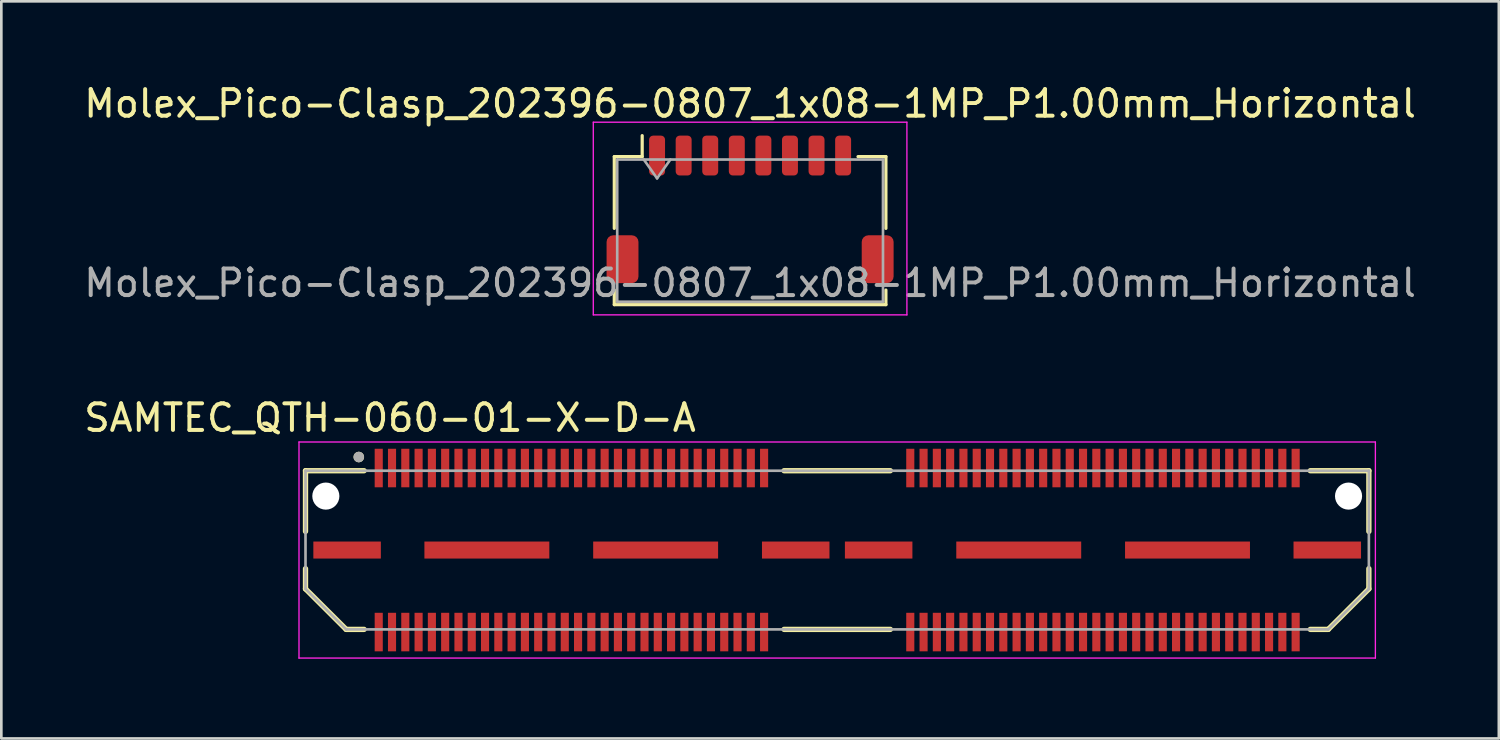
<source format=kicad_pcb>
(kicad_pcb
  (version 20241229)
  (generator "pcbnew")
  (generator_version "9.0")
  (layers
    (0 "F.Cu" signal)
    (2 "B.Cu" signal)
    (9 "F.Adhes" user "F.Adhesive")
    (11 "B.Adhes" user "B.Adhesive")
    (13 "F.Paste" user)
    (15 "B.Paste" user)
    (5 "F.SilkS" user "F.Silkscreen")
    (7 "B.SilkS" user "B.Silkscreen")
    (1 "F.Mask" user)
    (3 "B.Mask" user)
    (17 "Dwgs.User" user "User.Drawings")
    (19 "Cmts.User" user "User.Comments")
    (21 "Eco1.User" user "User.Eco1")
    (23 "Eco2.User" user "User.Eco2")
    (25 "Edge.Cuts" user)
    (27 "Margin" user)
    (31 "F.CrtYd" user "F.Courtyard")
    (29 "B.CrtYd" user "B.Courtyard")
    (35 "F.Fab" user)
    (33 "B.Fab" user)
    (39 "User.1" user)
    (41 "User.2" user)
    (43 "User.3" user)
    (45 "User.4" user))
  (footprint "SAMTEC_QTH-060-01-X-D-A"
    (layer "F.Cu")
    (at 28.45 17.646)
    (property "Reference" "SAMTEC_QTH-060-01-X-D-A" (at -16.825 -4.975 0) (layer "F.SilkS") (effects (font (size 1 1) (thickness 0.15))))
    (attr smd allow_soldermask_bridges)
    (fp_line (start -20.005 -2.985) (end -17.8 -2.985) (stroke (width 0.2) (type solid)) (layer "F.SilkS"))
    (fp_line (start -20.005 -0.7) (end -20.005 -2.985) (stroke (width 0.2) (type solid)) (layer "F.SilkS"))
    (fp_line (start -20.005 1.461) (end -20.005 0.7) (stroke (width 0.2) (type solid)) (layer "F.SilkS"))
    (fp_line (start -18.476 2.985) (end -20.005 1.461) (stroke (width 0.2) (type solid)) (layer "F.SilkS"))
    (fp_line (start -18.476 2.985) (end -17.8 2.985) (stroke (width 0.2) (type solid)) (layer "F.SilkS"))
    (fp_line (start -2 -2.985) (end 2 -2.985) (stroke (width 0.2) (type solid)) (layer "F.SilkS"))
    (fp_line (start -2 2.985) (end 2 2.985) (stroke (width 0.2) (type solid)) (layer "F.SilkS"))
    (fp_line (start 18.476 2.985) (end 17.8 2.985) (stroke (width 0.2) (type solid)) (layer "F.SilkS"))
    (fp_line (start 20.005 -2.985) (end 17.8 -2.985) (stroke (width 0.2) (type solid)) (layer "F.SilkS"))
    (fp_line (start 20.005 -0.7) (end 20.005 -2.985) (stroke (width 0.2) (type solid)) (layer "F.SilkS"))
    (fp_line (start 20.005 1.461) (end 18.476 2.985) (stroke (width 0.2) (type solid)) (layer "F.SilkS"))
    (fp_line (start 20.005 1.461) (end 20.005 0.7) (stroke (width 0.2) (type solid)) (layer "F.SilkS"))
    (fp_circle (center -18 -3.5) (end -17.9 -3.5) (stroke (width 0.2) (type solid)) (fill no) (layer "F.SilkS"))
    (fp_line (start -20.25 -4.065) (end 20.25 -4.065) (stroke (width 0.05) (type solid)) (layer "F.CrtYd"))
    (fp_line (start -20.25 4.065) (end -20.25 -4.065) (stroke (width 0.05) (type solid)) (layer "F.CrtYd"))
    (fp_line (start 20.25 -4.065) (end 20.25 4.065) (stroke (width 0.05) (type solid)) (layer "F.CrtYd"))
    (fp_line (start 20.25 4.065) (end -20.25 4.065) (stroke (width 0.05) (type solid)) (layer "F.CrtYd"))
    (fp_line (start -20.005 -2.985) (end 20.005 -2.985) (stroke (width 0.1) (type solid)) (layer "F.Fab"))
    (fp_line (start -20.005 1.461) (end -20.005 -2.985) (stroke (width 0.1) (type solid)) (layer "F.Fab"))
    (fp_line (start -18.476 2.985) (end -20.005 1.461) (stroke (width 0.1) (type solid)) (layer "F.Fab"))
    (fp_line (start 18.476 2.985) (end -18.476 2.985) (stroke (width 0.1) (type solid)) (layer "F.Fab"))
    (fp_line (start 20.005 -2.985) (end 20.005 1.461) (stroke (width 0.1) (type solid)) (layer "F.Fab"))
    (fp_line (start 20.005 1.461) (end 18.476 2.985) (stroke (width 0.1) (type solid)) (layer "F.Fab"))
    (fp_circle (center -18 -3.5) (end -17.9 -3.5) (stroke (width 0.2) (type solid)) (fill no) (layer "F.Fab"))
    (pad "" np_thru_hole circle (at -19.24 -2.03) (size 1.02 1.02) (drill 1.02) (layers "*.Cu" "*.Mask"))
    (pad "" np_thru_hole circle (at 19.24 -2.03) (size 1.02 1.02) (drill 1.02) (layers "*.Cu" "*.Mask"))
    (pad "01" smd rect (at -17.25 -3.086) (size 0.305 1.45) (layers "F.Cu" "F.Mask" "F.Paste"))
    (pad "02" smd rect (at -17.25 3.086) (size 0.305 1.45) (layers "F.Cu" "F.Mask" "F.Paste"))
    (pad "03" smd rect (at -16.75 -3.086) (size 0.305 1.45) (layers "F.Cu" "F.Mask" "F.Paste"))
    (pad "04" smd rect (at -16.75 3.086) (size 0.305 1.45) (layers "F.Cu" "F.Mask" "F.Paste"))
    (pad "05" smd rect (at -16.25 -3.086) (size 0.305 1.45) (layers "F.Cu" "F.Mask" "F.Paste"))
    (pad "06" smd rect (at -16.25 3.086) (size 0.305 1.45) (layers "F.Cu" "F.Mask" "F.Paste"))
    (pad "07" smd rect (at -15.75 -3.086) (size 0.305 1.45) (layers "F.Cu" "F.Mask" "F.Paste"))
    (pad "08" smd rect (at -15.75 3.086) (size 0.305 1.45) (layers "F.Cu" "F.Mask" "F.Paste"))
    (pad "09" smd rect (at -15.25 -3.086) (size 0.305 1.45) (layers "F.Cu" "F.Mask" "F.Paste"))
    (pad "10" smd rect (at -15.25 3.086) (size 0.305 1.45) (layers "F.Cu" "F.Mask" "F.Paste"))
    (pad "11" smd rect (at -14.75 -3.086) (size 0.305 1.45) (layers "F.Cu" "F.Mask" "F.Paste"))
    (pad "12" smd rect (at -14.75 3.086) (size 0.305 1.45) (layers "F.Cu" "F.Mask" "F.Paste"))
    (pad "13" smd rect (at -14.25 -3.086) (size 0.305 1.45) (layers "F.Cu" "F.Mask" "F.Paste"))
    (pad "14" smd rect (at -14.25 3.086) (size 0.305 1.45) (layers "F.Cu" "F.Mask" "F.Paste"))
    (pad "15" smd rect (at -13.75 -3.086) (size 0.305 1.45) (layers "F.Cu" "F.Mask" "F.Paste"))
    (pad "16" smd rect (at -13.75 3.086) (size 0.305 1.45) (layers "F.Cu" "F.Mask" "F.Paste"))
    (pad "17" smd rect (at -13.25 -3.086) (size 0.305 1.45) (layers "F.Cu" "F.Mask" "F.Paste"))
    (pad "18" smd rect (at -13.25 3.086) (size 0.305 1.45) (layers "F.Cu" "F.Mask" "F.Paste"))
    (pad "19" smd rect (at -12.75 -3.086) (size 0.305 1.45) (layers "F.Cu" "F.Mask" "F.Paste"))
    (pad "20" smd rect (at -12.75 3.086) (size 0.305 1.45) (layers "F.Cu" "F.Mask" "F.Paste"))
    (pad "21" smd rect (at -12.25 -3.086) (size 0.305 1.45) (layers "F.Cu" "F.Mask" "F.Paste"))
    (pad "22" smd rect (at -12.25 3.086) (size 0.305 1.45) (layers "F.Cu" "F.Mask" "F.Paste"))
    (pad "23" smd rect (at -11.75 -3.086) (size 0.305 1.45) (layers "F.Cu" "F.Mask" "F.Paste"))
    (pad "24" smd rect (at -11.75 3.086) (size 0.305 1.45) (layers "F.Cu" "F.Mask" "F.Paste"))
    (pad "25" smd rect (at -11.25 -3.086) (size 0.305 1.45) (layers "F.Cu" "F.Mask" "F.Paste"))
    (pad "26" smd rect (at -11.25 3.086) (size 0.305 1.45) (layers "F.Cu" "F.Mask" "F.Paste"))
    (pad "27" smd rect (at -10.75 -3.086) (size 0.305 1.45) (layers "F.Cu" "F.Mask" "F.Paste"))
    (pad "28" smd rect (at -10.75 3.086) (size 0.305 1.45) (layers "F.Cu" "F.Mask" "F.Paste"))
    (pad "29" smd rect (at -10.25 -3.086) (size 0.305 1.45) (layers "F.Cu" "F.Mask" "F.Paste"))
    (pad "30" smd rect (at -10.25 3.086) (size 0.305 1.45) (layers "F.Cu" "F.Mask" "F.Paste"))
    (pad "31" smd rect (at -9.75 -3.086) (size 0.305 1.45) (layers "F.Cu" "F.Mask" "F.Paste"))
    (pad "32" smd rect (at -9.75 3.086) (size 0.305 1.45) (layers "F.Cu" "F.Mask" "F.Paste"))
    (pad "33" smd rect (at -9.25 -3.086) (size 0.305 1.45) (layers "F.Cu" "F.Mask" "F.Paste"))
    (pad "34" smd rect (at -9.25 3.086) (size 0.305 1.45) (layers "F.Cu" "F.Mask" "F.Paste"))
    (pad "35" smd rect (at -8.75 -3.086) (size 0.305 1.45) (layers "F.Cu" "F.Mask" "F.Paste"))
    (pad "36" smd rect (at -8.75 3.086) (size 0.305 1.45) (layers "F.Cu" "F.Mask" "F.Paste"))
    (pad "37" smd rect (at -8.25 -3.086) (size 0.305 1.45) (layers "F.Cu" "F.Mask" "F.Paste"))
    (pad "38" smd rect (at -8.25 3.086) (size 0.305 1.45) (layers "F.Cu" "F.Mask" "F.Paste"))
    (pad "39" smd rect (at -7.75 -3.086) (size 0.305 1.45) (layers "F.Cu" "F.Mask" "F.Paste"))
    (pad "40" smd rect (at -7.75 3.086) (size 0.305 1.45) (layers "F.Cu" "F.Mask" "F.Paste"))
    (pad "41" smd rect (at -7.25 -3.086) (size 0.305 1.45) (layers "F.Cu" "F.Mask" "F.Paste"))
    (pad "42" smd rect (at -7.25 3.086) (size 0.305 1.45) (layers "F.Cu" "F.Mask" "F.Paste"))
    (pad "43" smd rect (at -6.75 -3.086) (size 0.305 1.45) (layers "F.Cu" "F.Mask" "F.Paste"))
    (pad "44" smd rect (at -6.75 3.086) (size 0.305 1.45) (layers "F.Cu" "F.Mask" "F.Paste"))
    (pad "45" smd rect (at -6.25 -3.086) (size 0.305 1.45) (layers "F.Cu" "F.Mask" "F.Paste"))
    (pad "46" smd rect (at -6.25 3.086) (size 0.305 1.45) (layers "F.Cu" "F.Mask" "F.Paste"))
    (pad "47" smd rect (at -5.75 -3.086) (size 0.305 1.45) (layers "F.Cu" "F.Mask" "F.Paste"))
    (pad "48" smd rect (at -5.75 3.086) (size 0.305 1.45) (layers "F.Cu" "F.Mask" "F.Paste"))
    (pad "49" smd rect (at -5.25 -3.086) (size 0.305 1.45) (layers "F.Cu" "F.Mask" "F.Paste"))
    (pad "50" smd rect (at -5.25 3.086) (size 0.305 1.45) (layers "F.Cu" "F.Mask" "F.Paste"))
    (pad "51" smd rect (at -4.75 -3.086) (size 0.305 1.45) (layers "F.Cu" "F.Mask" "F.Paste"))
    (pad "52" smd rect (at -4.75 3.086) (size 0.305 1.45) (layers "F.Cu" "F.Mask" "F.Paste"))
    (pad "53" smd rect (at -4.25 -3.086) (size 0.305 1.45) (layers "F.Cu" "F.Mask" "F.Paste"))
    (pad "54" smd rect (at -4.25 3.086) (size 0.305 1.45) (layers "F.Cu" "F.Mask" "F.Paste"))
    (pad "55" smd rect (at -3.75 -3.086) (size 0.305 1.45) (layers "F.Cu" "F.Mask" "F.Paste"))
    (pad "56" smd rect (at -3.75 3.086) (size 0.305 1.45) (layers "F.Cu" "F.Mask" "F.Paste"))
    (pad "57" smd rect (at -3.25 -3.086) (size 0.305 1.45) (layers "F.Cu" "F.Mask" "F.Paste"))
    (pad "58" smd rect (at -3.25 3.086) (size 0.305 1.45) (layers "F.Cu" "F.Mask" "F.Paste"))
    (pad "59" smd rect (at -2.75 -3.086) (size 0.305 1.45) (layers "F.Cu" "F.Mask" "F.Paste"))
    (pad "60" smd rect (at -2.75 3.086) (size 0.305 1.45) (layers "F.Cu" "F.Mask" "F.Paste"))
    (pad "61" smd rect (at 2.75 -3.086) (size 0.305 1.45) (layers "F.Cu" "F.Mask" "F.Paste"))
    (pad "62" smd rect (at 2.75 3.086) (size 0.305 1.45) (layers "F.Cu" "F.Mask" "F.Paste"))
    (pad "63" smd rect (at 3.25 -3.086) (size 0.305 1.45) (layers "F.Cu" "F.Mask" "F.Paste"))
    (pad "64" smd rect (at 3.25 3.086) (size 0.305 1.45) (layers "F.Cu" "F.Mask" "F.Paste"))
    (pad "65" smd rect (at 3.75 -3.086) (size 0.305 1.45) (layers "F.Cu" "F.Mask" "F.Paste"))
    (pad "66" smd rect (at 3.75 3.086) (size 0.305 1.45) (layers "F.Cu" "F.Mask" "F.Paste"))
    (pad "67" smd rect (at 4.25 -3.086) (size 0.305 1.45) (layers "F.Cu" "F.Mask" "F.Paste"))
    (pad "68" smd rect (at 4.25 3.086) (size 0.305 1.45) (layers "F.Cu" "F.Mask" "F.Paste"))
    (pad "69" smd rect (at 4.75 -3.086) (size 0.305 1.45) (layers "F.Cu" "F.Mask" "F.Paste"))
    (pad "70" smd rect (at 4.75 3.086) (size 0.305 1.45) (layers "F.Cu" "F.Mask" "F.Paste"))
    (pad "71" smd rect (at 5.25 -3.086) (size 0.305 1.45) (layers "F.Cu" "F.Mask" "F.Paste"))
    (pad "72" smd rect (at 5.25 3.086) (size 0.305 1.45) (layers "F.Cu" "F.Mask" "F.Paste"))
    (pad "73" smd rect (at 5.75 -3.086) (size 0.305 1.45) (layers "F.Cu" "F.Mask" "F.Paste"))
    (pad "74" smd rect (at 5.75 3.086) (size 0.305 1.45) (layers "F.Cu" "F.Mask" "F.Paste"))
    (pad "75" smd rect (at 6.25 -3.086) (size 0.305 1.45) (layers "F.Cu" "F.Mask" "F.Paste"))
    (pad "76" smd rect (at 6.25 3.09) (size 0.305 1.45) (layers "F.Cu" "F.Mask" "F.Paste"))
    (pad "77" smd rect (at 6.75 -3.086) (size 0.305 1.45) (layers "F.Cu" "F.Mask" "F.Paste"))
    (pad "78" smd rect (at 6.75 3.086) (size 0.305 1.45) (layers "F.Cu" "F.Mask" "F.Paste"))
    (pad "79" smd rect (at 7.25 -3.086) (size 0.305 1.45) (layers "F.Cu" "F.Mask" "F.Paste"))
    (pad "80" smd rect (at 7.25 3.086) (size 0.305 1.45) (layers "F.Cu" "F.Mask" "F.Paste"))
    (pad "81" smd rect (at 7.75 -3.086) (size 0.305 1.45) (layers "F.Cu" "F.Mask" "F.Paste"))
    (pad "82" smd rect (at 7.75 3.086) (size 0.305 1.45) (layers "F.Cu" "F.Mask" "F.Paste"))
    (pad "83" smd rect (at 8.25 -3.086) (size 0.305 1.45) (layers "F.Cu" "F.Mask" "F.Paste"))
    (pad "84" smd rect (at 8.25 3.086) (size 0.305 1.45) (layers "F.Cu" "F.Mask" "F.Paste"))
    (pad "85" smd rect (at 8.75 -3.086) (size 0.305 1.45) (layers "F.Cu" "F.Mask" "F.Paste"))
    (pad "86" smd rect (at 8.75 3.086) (size 0.305 1.45) (layers "F.Cu" "F.Mask" "F.Paste"))
    (pad "87" smd rect (at 9.25 -3.086) (size 0.305 1.45) (layers "F.Cu" "F.Mask" "F.Paste"))
    (pad "88" smd rect (at 9.25 3.086) (size 0.305 1.45) (layers "F.Cu" "F.Mask" "F.Paste"))
    (pad "89" smd rect (at 9.75 -3.086) (size 0.305 1.45) (layers "F.Cu" "F.Mask" "F.Paste"))
    (pad "90" smd rect (at 9.75 3.086) (size 0.305 1.45) (layers "F.Cu" "F.Mask" "F.Paste"))
    (pad "91" smd rect (at 10.25 -3.086) (size 0.305 1.45) (layers "F.Cu" "F.Mask" "F.Paste"))
    (pad "92" smd rect (at 10.25 3.086) (size 0.305 1.45) (layers "F.Cu" "F.Mask" "F.Paste"))
    (pad "93" smd rect (at 10.75 -3.086) (size 0.305 1.45) (layers "F.Cu" "F.Mask" "F.Paste"))
    (pad "94" smd rect (at 10.75 3.086) (size 0.305 1.45) (layers "F.Cu" "F.Mask" "F.Paste"))
    (pad "95" smd rect (at 11.25 -3.086) (size 0.305 1.45) (layers "F.Cu" "F.Mask" "F.Paste"))
    (pad "96" smd rect (at 11.25 3.086) (size 0.305 1.45) (layers "F.Cu" "F.Mask" "F.Paste"))
    (pad "97" smd rect (at 11.75 -3.086) (size 0.305 1.45) (layers "F.Cu" "F.Mask" "F.Paste"))
    (pad "98" smd rect (at 11.75 3.086) (size 0.305 1.45) (layers "F.Cu" "F.Mask" "F.Paste"))
    (pad "99" smd rect (at 12.25 -3.086) (size 0.305 1.45) (layers "F.Cu" "F.Mask" "F.Paste"))
    (pad "100" smd rect (at 12.25 3.086) (size 0.305 1.45) (layers "F.Cu" "F.Mask" "F.Paste"))
    (pad "101" smd rect (at 12.75 -3.086) (size 0.305 1.45) (layers "F.Cu" "F.Mask" "F.Paste"))
    (pad "102" smd rect (at 12.75 3.086) (size 0.305 1.45) (layers "F.Cu" "F.Mask" "F.Paste"))
    (pad "103" smd rect (at 13.25 -3.086) (size 0.305 1.45) (layers "F.Cu" "F.Mask" "F.Paste"))
    (pad "104" smd rect (at 13.25 3.086) (size 0.305 1.45) (layers "F.Cu" "F.Mask" "F.Paste"))
    (pad "105" smd rect (at 13.75 -3.086) (size 0.305 1.45) (layers "F.Cu" "F.Mask" "F.Paste"))
    (pad "106" smd rect (at 13.75 3.086) (size 0.305 1.45) (layers "F.Cu" "F.Mask" "F.Paste"))
    (pad "107" smd rect (at 14.25 -3.086) (size 0.305 1.45) (layers "F.Cu" "F.Mask" "F.Paste"))
    (pad "108" smd rect (at 14.25 3.086) (size 0.305 1.45) (layers "F.Cu" "F.Mask" "F.Paste"))
    (pad "109" smd rect (at 14.75 -3.086) (size 0.305 1.45) (layers "F.Cu" "F.Mask" "F.Paste"))
    (pad "110" smd rect (at 14.75 3.086) (size 0.305 1.45) (layers "F.Cu" "F.Mask" "F.Paste"))
    (pad "111" smd rect (at 15.25 -3.086) (size 0.305 1.45) (layers "F.Cu" "F.Mask" "F.Paste"))
    (pad "112" smd rect (at 15.25 3.086) (size 0.305 1.45) (layers "F.Cu" "F.Mask" "F.Paste"))
    (pad "113" smd rect (at 15.75 -3.086) (size 0.305 1.45) (layers "F.Cu" "F.Mask" "F.Paste"))
    (pad "114" smd rect (at 15.75 3.086) (size 0.305 1.45) (layers "F.Cu" "F.Mask" "F.Paste"))
    (pad "115" smd rect (at 16.25 -3.086) (size 0.305 1.45) (layers "F.Cu" "F.Mask" "F.Paste"))
    (pad "116" smd rect (at 16.25 3.086) (size 0.305 1.45) (layers "F.Cu" "F.Mask" "F.Paste"))
    (pad "117" smd rect (at 16.75 -3.086) (size 0.305 1.45) (layers "F.Cu" "F.Mask" "F.Paste"))
    (pad "118" smd rect (at 16.75 3.086) (size 0.305 1.45) (layers "F.Cu" "F.Mask" "F.Paste"))
    (pad "119" smd rect (at 17.25 -3.086) (size 0.305 1.45) (layers "F.Cu" "F.Mask" "F.Paste"))
    (pad "120" smd rect (at 17.25 3.086) (size 0.305 1.45) (layers "F.Cu" "F.Mask" "F.Paste"))
    (pad "G1" smd rect (at -18.44 0) (size 2.54 0.64) (layers "F.Cu" "F.Mask" "F.Paste"))
    (pad "G2" smd rect (at -13.181 0) (size 4.7 0.64) (layers "F.Cu" "F.Mask" "F.Paste"))
    (pad "G3" smd rect (at -6.831 0) (size 4.7 0.64) (layers "F.Cu" "F.Mask" "F.Paste"))
    (pad "G4" smd rect (at -1.56 0) (size 2.54 0.64) (layers "F.Cu" "F.Mask" "F.Paste"))
    (pad "G5" smd rect (at 1.56 0) (size 2.54 0.64) (layers "F.Cu" "F.Mask" "F.Paste"))
    (pad "G6" smd rect (at 6.831 0) (size 4.7 0.64) (layers "F.Cu" "F.Mask" "F.Paste"))
    (pad "G7" smd rect (at 13.181 0) (size 4.7 0.64) (layers "F.Cu" "F.Mask" "F.Paste"))
    (pad "G8" smd rect (at 18.44 0) (size 2.54 0.64) (layers "F.Cu" "F.Mask" "F.Paste")))
  (footprint "Molex_Pico-Clasp_202396-0807_1x08-1MP_P1.00mm_Horizontal"
    (layer "F.Cu")
    (at 25.173 4.828)
    (property "Reference" "Molex_Pico-Clasp_202396-0807_1x08-1MP_P1.00mm_Horizontal" (at 0 -3.98 0) (layer "F.SilkS") (effects (font (size 1 1) (thickness 0.15))))
    (attr smd)
    (fp_line (start -5.11 -1.985) (end -4.06 -1.985) (stroke (width 0.12) (type solid)) (layer "F.SilkS"))
    (fp_line (start -5.11 0.715) (end -5.11 -1.985) (stroke (width 0.12) (type solid)) (layer "F.SilkS"))
    (fp_line (start -5.11 3.035) (end -5.11 3.585) (stroke (width 0.12) (type solid)) (layer "F.SilkS"))
    (fp_line (start -5.11 3.585) (end 5.11 3.585) (stroke (width 0.12) (type solid)) (layer "F.SilkS"))
    (fp_line (start -4.06 -1.985) (end -4.06 -2.775) (stroke (width 0.12) (type solid)) (layer "F.SilkS"))
    (fp_line (start 5.11 -1.985) (end 4.06 -1.985) (stroke (width 0.12) (type solid)) (layer "F.SilkS"))
    (fp_line (start 5.11 0.715) (end 5.11 -1.985) (stroke (width 0.12) (type solid)) (layer "F.SilkS"))
    (fp_line (start 5.11 3.585) (end 5.11 3.035) (stroke (width 0.12) (type solid)) (layer "F.SilkS"))
    (fp_line (start -5.9 -3.28) (end -5.9 3.97) (stroke (width 0.05) (type solid)) (layer "F.CrtYd"))
    (fp_line (start -5.9 3.97) (end 5.9 3.97) (stroke (width 0.05) (type solid)) (layer "F.CrtYd"))
    (fp_line (start 5.9 -3.28) (end -5.9 -3.28) (stroke (width 0.05) (type solid)) (layer "F.CrtYd"))
    (fp_line (start 5.9 3.97) (end 5.9 -3.28) (stroke (width 0.05) (type solid)) (layer "F.CrtYd"))
    (fp_line (start -5 -1.875) (end -5 3.475) (stroke (width 0.1) (type solid)) (layer "F.Fab"))
    (fp_line (start -5 -1.875) (end 5 -1.875) (stroke (width 0.1) (type solid)) (layer "F.Fab"))
    (fp_line (start -5 3.475) (end 5 3.475) (stroke (width 0.1) (type solid)) (layer "F.Fab"))
    (fp_line (start -4 -1.875) (end -3.5 -1.168) (stroke (width 0.1) (type solid)) (layer "F.Fab"))
    (fp_line (start -3.5 -1.168) (end -3 -1.875) (stroke (width 0.1) (type solid)) (layer "F.Fab"))
    (fp_line (start 5 -1.875) (end 5 3.475) (stroke (width 0.1) (type solid)) (layer "F.Fab"))
    (fp_text user "${REFERENCE}" (at 0 2.77 0) (layer "F.Fab") (effects (font (size 1 1) (thickness 0.15))))
    (pad "1" smd roundrect (at -3.5 -2.025) (size 0.6 1.5) (layers "F.Cu" "F.Mask" "F.Paste") (roundrect_rratio 0.25))
    (pad "2" smd roundrect (at -2.5 -2.025) (size 0.6 1.5) (layers "F.Cu" "F.Mask" "F.Paste") (roundrect_rratio 0.25))
    (pad "3" smd roundrect (at -1.5 -2.025) (size 0.6 1.5) (layers "F.Cu" "F.Mask" "F.Paste") (roundrect_rratio 0.25))
    (pad "4" smd roundrect (at -0.5 -2.025) (size 0.6 1.5) (layers "F.Cu" "F.Mask" "F.Paste") (roundrect_rratio 0.25))
    (pad "5" smd roundrect (at 0.5 -2.025) (size 0.6 1.5) (layers "F.Cu" "F.Mask" "F.Paste") (roundrect_rratio 0.25))
    (pad "6" smd roundrect (at 1.5 -2.025) (size 0.6 1.5) (layers "F.Cu" "F.Mask" "F.Paste") (roundrect_rratio 0.25))
    (pad "7" smd roundrect (at 2.5 -2.025) (size 0.6 1.5) (layers "F.Cu" "F.Mask" "F.Paste") (roundrect_rratio 0.25))
    (pad "8" smd roundrect (at 3.5 -2.025) (size 0.6 1.5) (layers "F.Cu" "F.Mask" "F.Paste") (roundrect_rratio 0.25))
    (pad "MP" smd roundrect (at -4.8 1.875) (size 1.2 1.8) (layers "F.Cu" "F.Mask" "F.Paste") (roundrect_rratio 0.208))
    (pad "MP" smd roundrect (at 4.8 1.875) (size 1.2 1.8) (layers "F.Cu" "F.Mask" "F.Paste") (roundrect_rratio 0.208)))
  (gr_rect
    (start -3 -3)
    (end 53.345 24.736)
    (stroke (width 0.1) (type default))
    (fill no)
    (layer "Edge.Cuts")))
</source>
